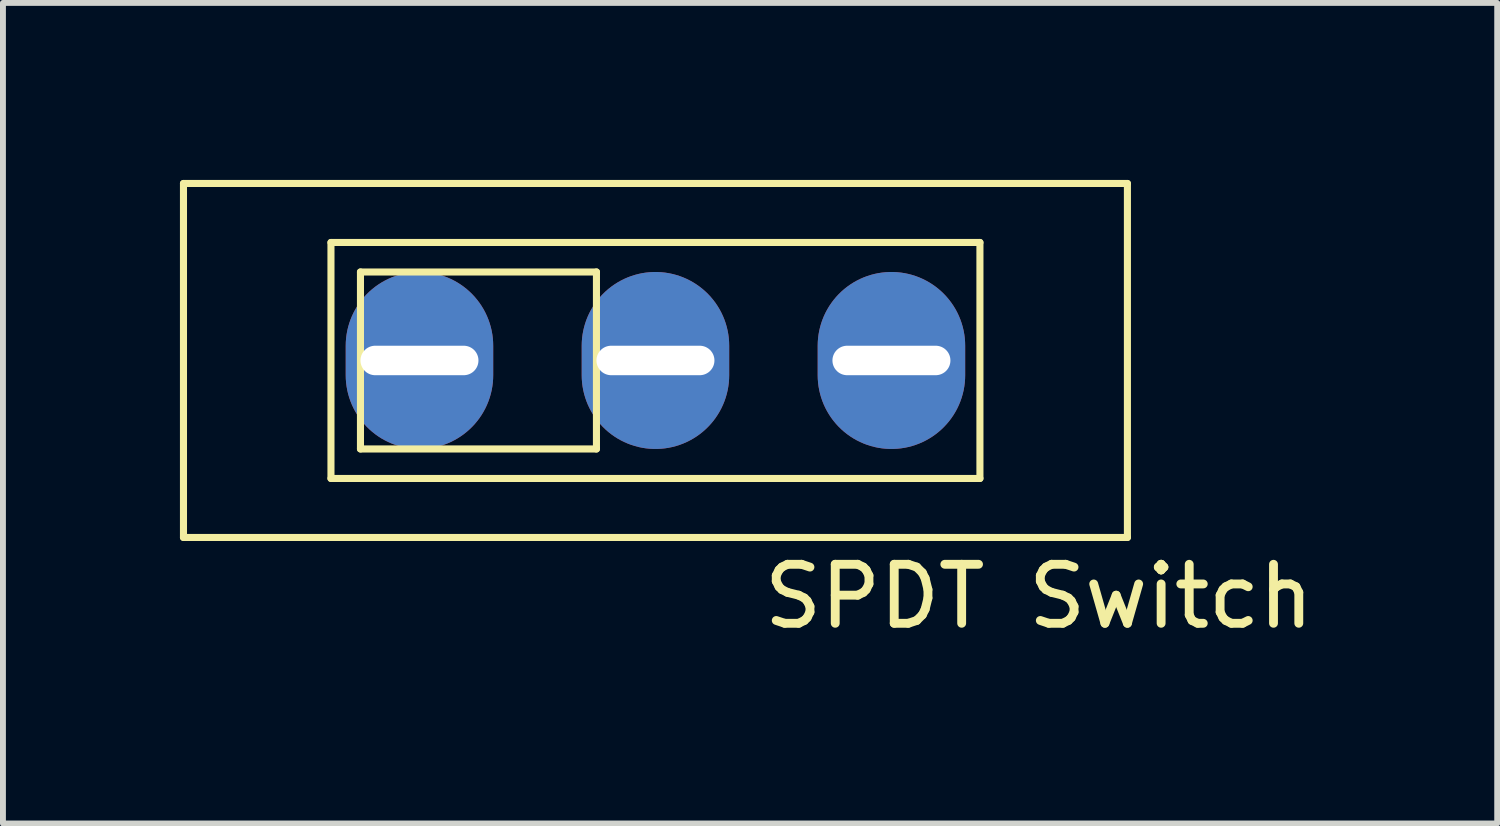
<source format=kicad_pcb>
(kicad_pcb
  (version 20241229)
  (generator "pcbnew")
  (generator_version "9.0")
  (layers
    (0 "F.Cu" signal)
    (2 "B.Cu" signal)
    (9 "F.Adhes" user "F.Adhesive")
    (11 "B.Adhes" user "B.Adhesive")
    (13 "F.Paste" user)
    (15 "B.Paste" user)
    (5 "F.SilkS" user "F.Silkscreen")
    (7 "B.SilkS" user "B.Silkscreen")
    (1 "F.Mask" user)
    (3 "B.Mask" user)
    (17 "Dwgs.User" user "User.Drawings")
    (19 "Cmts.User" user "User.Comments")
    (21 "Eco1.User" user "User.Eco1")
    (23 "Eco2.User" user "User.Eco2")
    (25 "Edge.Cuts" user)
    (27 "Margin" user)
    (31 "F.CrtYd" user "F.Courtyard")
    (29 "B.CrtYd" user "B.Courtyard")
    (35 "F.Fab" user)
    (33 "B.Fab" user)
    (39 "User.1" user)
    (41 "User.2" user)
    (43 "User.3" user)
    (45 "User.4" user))
  (footprint "SPDT Switch"
    (layer "F.Cu")
    (at 4.06 3.06)
    (property "Reference" "SPDT Switch" (at 10.5 4 0) (layer "F.SilkS") (effects (font (size 1 1) (thickness 0.15))))
    (attr through_hole)
    (fp_line (start -4 -3) (end -4 3) (stroke (width 0.12) (type solid)) (layer "F.SilkS"))
    (fp_line (start -4 -3) (end 12 -3) (stroke (width 0.12) (type solid)) (layer "F.SilkS"))
    (fp_line (start -4 3) (end 12 3) (stroke (width 0.12) (type solid)) (layer "F.SilkS"))
    (fp_line (start -1.5 -2) (end -1.5 2) (stroke (width 0.12) (type solid)) (layer "F.SilkS"))
    (fp_line (start -1.5 2) (end 9.5 2) (stroke (width 0.12) (type solid)) (layer "F.SilkS"))
    (fp_line (start -1 -1.5) (end -1 1.5) (stroke (width 0.12) (type solid)) (layer "F.SilkS"))
    (fp_line (start -1 1.5) (end 3 1.5) (stroke (width 0.12) (type solid)) (layer "F.SilkS"))
    (fp_line (start 3 -1.5) (end -1 -1.5) (stroke (width 0.12) (type solid)) (layer "F.SilkS"))
    (fp_line (start 3 1.5) (end 3 -1.5) (stroke (width 0.12) (type solid)) (layer "F.SilkS"))
    (fp_line (start 9.5 -2) (end -1.5 -2) (stroke (width 0.12) (type solid)) (layer "F.SilkS"))
    (fp_line (start 9.5 2) (end 9.5 -2) (stroke (width 0.12) (type solid)) (layer "F.SilkS"))
    (fp_line (start 12 -3) (end 12 3) (stroke (width 0.12) (type solid)) (layer "F.SilkS"))
    (pad "1" thru_hole oval (at 0 0) (size 2.5 3) (drill oval 2 0.5) (layers "*.Cu" "*.Mask"))
    (pad "2" thru_hole oval (at 4 0) (size 2.5 3) (drill oval 2 0.5) (layers "*.Cu" "*.Mask"))
    (pad "3" thru_hole oval (at 8 0) (size 2.5 3) (drill oval 2 0.5) (layers "*.Cu" "*.Mask")))
  (gr_rect
    (start -3 -3)
    (end 22.328 10.908)
    (stroke (width 0.1) (type default))
    (fill no)
    (layer "Edge.Cuts")))
</source>
